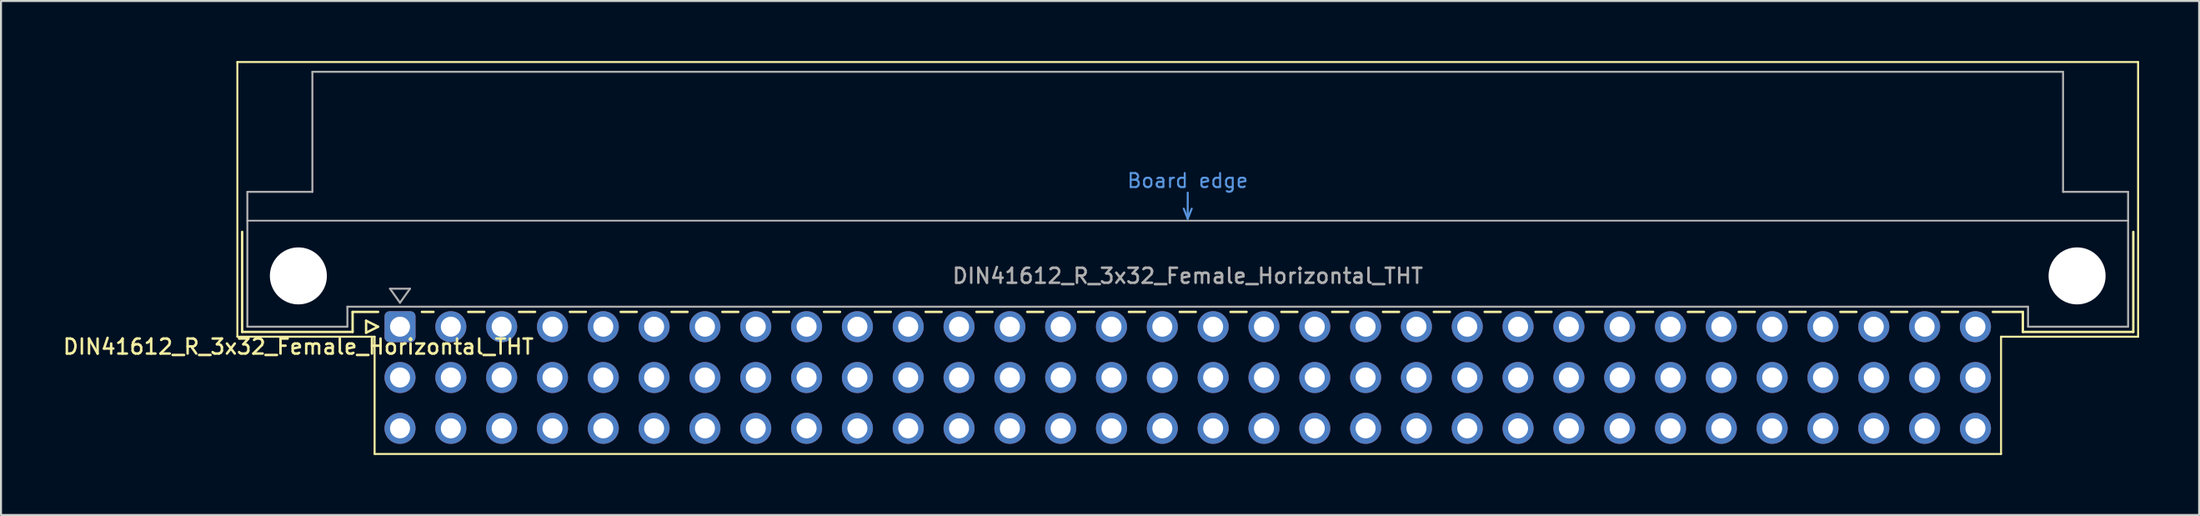
<source format=kicad_pcb>
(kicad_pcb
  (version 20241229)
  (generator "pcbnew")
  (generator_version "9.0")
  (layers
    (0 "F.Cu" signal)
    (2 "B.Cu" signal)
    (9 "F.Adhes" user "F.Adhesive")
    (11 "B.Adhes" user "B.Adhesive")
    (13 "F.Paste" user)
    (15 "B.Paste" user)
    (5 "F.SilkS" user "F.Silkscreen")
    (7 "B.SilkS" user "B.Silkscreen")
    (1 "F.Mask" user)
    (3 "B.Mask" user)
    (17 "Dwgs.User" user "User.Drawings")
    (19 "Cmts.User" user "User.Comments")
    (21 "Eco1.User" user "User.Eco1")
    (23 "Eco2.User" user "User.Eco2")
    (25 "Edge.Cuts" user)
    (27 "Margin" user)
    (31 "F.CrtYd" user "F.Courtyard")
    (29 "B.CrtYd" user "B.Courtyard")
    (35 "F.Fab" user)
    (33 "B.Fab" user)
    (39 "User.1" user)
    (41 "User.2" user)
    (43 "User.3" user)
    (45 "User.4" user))
  (footprint "DIN41612_R_3x32_Female_Horizontal_THT"
    (layer "F.Cu")
    (at 16.943 13.28)
    (property "Reference" "DIN41612_R_3x32_Female_Horizontal_THT" (at -5.08 1 0) (layer "F.SilkS") (effects (font (size 0.75 0.75) (thickness 0.125))))
    (attr through_hole)
    (fp_line (start -8.13 -13.23) (end -8.13 0.5) (stroke (width 0.1) (type solid)) (layer "F.SilkS"))
    (fp_line (start -8.13 0.5) (end -1.27 0.5) (stroke (width 0.1) (type solid)) (layer "F.SilkS"))
    (fp_line (start -7.89 -4.74) (end -7.89 0.26) (stroke (width 0.12) (type solid)) (layer "F.SilkS"))
    (fp_line (start -7.89 0.26) (end -2.37 0.26) (stroke (width 0.12) (type solid)) (layer "F.SilkS"))
    (fp_line (start -2.371 -0.74) (end -1.095 -0.74) (stroke (width 0.12) (type solid)) (layer "F.SilkS"))
    (fp_line (start -2.37 0.26) (end -2.37 -0.74) (stroke (width 0.12) (type solid)) (layer "F.SilkS"))
    (fp_line (start -1.695 -0.3) (end -1.695 0.3) (stroke (width 0.12) (type solid)) (layer "F.SilkS"))
    (fp_line (start -1.695 0.3) (end -1.095 0) (stroke (width 0.12) (type solid)) (layer "F.SilkS"))
    (fp_line (start -1.27 0.5) (end -1.27 6.36) (stroke (width 0.1) (type solid)) (layer "F.SilkS"))
    (fp_line (start -1.27 6.36) (end 80.02 6.36) (stroke (width 0.1) (type solid)) (layer "F.SilkS"))
    (fp_line (start -1.095 0) (end -1.695 -0.3) (stroke (width 0.12) (type solid)) (layer "F.SilkS"))
    (fp_line (start 1.095 -0.74) (end 1.671 -0.74) (stroke (width 0.12) (type solid)) (layer "F.SilkS"))
    (fp_line (start 3.41 -0.74) (end 4.211 -0.74) (stroke (width 0.12) (type solid)) (layer "F.SilkS"))
    (fp_line (start 5.95 -0.74) (end 6.751 -0.74) (stroke (width 0.12) (type solid)) (layer "F.SilkS"))
    (fp_line (start 8.49 -0.74) (end 9.291 -0.74) (stroke (width 0.12) (type solid)) (layer "F.SilkS"))
    (fp_line (start 11.03 -0.74) (end 11.831 -0.74) (stroke (width 0.12) (type solid)) (layer "F.SilkS"))
    (fp_line (start 13.57 -0.74) (end 14.371 -0.74) (stroke (width 0.12) (type solid)) (layer "F.SilkS"))
    (fp_line (start 16.11 -0.74) (end 16.911 -0.74) (stroke (width 0.12) (type solid)) (layer "F.SilkS"))
    (fp_line (start 18.65 -0.74) (end 19.451 -0.74) (stroke (width 0.12) (type solid)) (layer "F.SilkS"))
    (fp_line (start 21.19 -0.74) (end 21.991 -0.74) (stroke (width 0.12) (type solid)) (layer "F.SilkS"))
    (fp_line (start 23.73 -0.74) (end 24.531 -0.74) (stroke (width 0.12) (type solid)) (layer "F.SilkS"))
    (fp_line (start 26.27 -0.74) (end 27.071 -0.74) (stroke (width 0.12) (type solid)) (layer "F.SilkS"))
    (fp_line (start 28.81 -0.74) (end 29.611 -0.74) (stroke (width 0.12) (type solid)) (layer "F.SilkS"))
    (fp_line (start 31.35 -0.74) (end 32.151 -0.74) (stroke (width 0.12) (type solid)) (layer "F.SilkS"))
    (fp_line (start 33.89 -0.74) (end 34.691 -0.74) (stroke (width 0.12) (type solid)) (layer "F.SilkS"))
    (fp_line (start 36.43 -0.74) (end 37.231 -0.74) (stroke (width 0.12) (type solid)) (layer "F.SilkS"))
    (fp_line (start 38.97 -0.74) (end 39.771 -0.74) (stroke (width 0.12) (type solid)) (layer "F.SilkS"))
    (fp_line (start 41.51 -0.74) (end 42.311 -0.74) (stroke (width 0.12) (type solid)) (layer "F.SilkS"))
    (fp_line (start 44.05 -0.74) (end 44.851 -0.74) (stroke (width 0.12) (type solid)) (layer "F.SilkS"))
    (fp_line (start 46.59 -0.74) (end 47.391 -0.74) (stroke (width 0.12) (type solid)) (layer "F.SilkS"))
    (fp_line (start 49.13 -0.74) (end 49.931 -0.74) (stroke (width 0.12) (type solid)) (layer "F.SilkS"))
    (fp_line (start 51.67 -0.74) (end 52.471 -0.74) (stroke (width 0.12) (type solid)) (layer "F.SilkS"))
    (fp_line (start 54.21 -0.74) (end 55.011 -0.74) (stroke (width 0.12) (type solid)) (layer "F.SilkS"))
    (fp_line (start 56.75 -0.74) (end 57.551 -0.74) (stroke (width 0.12) (type solid)) (layer "F.SilkS"))
    (fp_line (start 59.29 -0.74) (end 60.091 -0.74) (stroke (width 0.12) (type solid)) (layer "F.SilkS"))
    (fp_line (start 61.83 -0.74) (end 62.631 -0.74) (stroke (width 0.12) (type solid)) (layer "F.SilkS"))
    (fp_line (start 64.37 -0.74) (end 65.171 -0.74) (stroke (width 0.12) (type solid)) (layer "F.SilkS"))
    (fp_line (start 66.91 -0.74) (end 67.711 -0.74) (stroke (width 0.12) (type solid)) (layer "F.SilkS"))
    (fp_line (start 69.45 -0.74) (end 70.251 -0.74) (stroke (width 0.12) (type solid)) (layer "F.SilkS"))
    (fp_line (start 71.99 -0.74) (end 72.791 -0.74) (stroke (width 0.12) (type solid)) (layer "F.SilkS"))
    (fp_line (start 74.53 -0.74) (end 75.331 -0.74) (stroke (width 0.12) (type solid)) (layer "F.SilkS"))
    (fp_line (start 77.07 -0.74) (end 77.871 -0.74) (stroke (width 0.12) (type solid)) (layer "F.SilkS"))
    (fp_line (start 79.61 -0.74) (end 81.11 -0.74) (stroke (width 0.12) (type solid)) (layer "F.SilkS"))
    (fp_line (start 80.02 0.5) (end 86.87 0.5) (stroke (width 0.1) (type solid)) (layer "F.SilkS"))
    (fp_line (start 80.02 6.36) (end 80.02 0.5) (stroke (width 0.1) (type solid)) (layer "F.SilkS"))
    (fp_line (start 81.11 0.26) (end 81.11 -0.74) (stroke (width 0.12) (type solid)) (layer "F.SilkS"))
    (fp_line (start 86.63 -4.74) (end 86.63 0.26) (stroke (width 0.12) (type solid)) (layer "F.SilkS"))
    (fp_line (start 86.63 0.26) (end 81.11 0.26) (stroke (width 0.12) (type solid)) (layer "F.SilkS"))
    (fp_line (start 86.87 -13.23) (end -8.13 -13.23) (stroke (width 0.1) (type solid)) (layer "F.SilkS"))
    (fp_line (start 86.87 0.5) (end 86.87 -13.23) (stroke (width 0.1) (type solid)) (layer "F.SilkS"))
    (fp_line (start -7.63 -5.3) (end 86.37 -5.3) (stroke (width 0.08) (type solid)) (layer "Dwgs.User"))
    (fp_line (start 39.17 -5.9) (end 39.37 -5.4) (stroke (width 0.1) (type solid)) (layer "Cmts.User"))
    (fp_line (start 39.37 -5.4) (end 39.37 -6.7) (stroke (width 0.1) (type solid)) (layer "Cmts.User"))
    (fp_line (start 39.37 -5.4) (end 39.57 -5.9) (stroke (width 0.1) (type solid)) (layer "Cmts.User"))
    (fp_line (start -7.63 -6.74) (end -7.63 0) (stroke (width 0.1) (type solid)) (layer "F.Fab"))
    (fp_line (start -7.63 0) (end -2.63 0) (stroke (width 0.1) (type solid)) (layer "F.Fab"))
    (fp_line (start -4.38 -12.74) (end -4.38 -6.74) (stroke (width 0.1) (type solid)) (layer "F.Fab"))
    (fp_line (start -4.38 -6.74) (end -7.63 -6.74) (stroke (width 0.1) (type solid)) (layer "F.Fab"))
    (fp_line (start -2.63 -1) (end 81.37 -1) (stroke (width 0.1) (type solid)) (layer "F.Fab"))
    (fp_line (start -2.63 0) (end -2.63 -1) (stroke (width 0.1) (type solid)) (layer "F.Fab"))
    (fp_line (start -0.5 -1.9) (end 0.5 -1.9) (stroke (width 0.1) (type solid)) (layer "F.Fab"))
    (fp_line (start 0 -1.2) (end -0.5 -1.9) (stroke (width 0.1) (type solid)) (layer "F.Fab"))
    (fp_line (start 0.5 -1.9) (end 0 -1.2) (stroke (width 0.1) (type solid)) (layer "F.Fab"))
    (fp_line (start 81.37 -1) (end 81.37 0) (stroke (width 0.1) (type solid)) (layer "F.Fab"))
    (fp_line (start 81.37 0) (end 86.37 0) (stroke (width 0.1) (type solid)) (layer "F.Fab"))
    (fp_line (start 83.12 -12.74) (end -4.38 -12.74) (stroke (width 0.1) (type solid)) (layer "F.Fab"))
    (fp_line (start 83.12 -6.74) (end 83.12 -12.74) (stroke (width 0.1) (type solid)) (layer "F.Fab"))
    (fp_line (start 86.37 -6.74) (end 83.12 -6.74) (stroke (width 0.1) (type solid)) (layer "F.Fab"))
    (fp_line (start 86.37 0) (end 86.37 -6.74) (stroke (width 0.1) (type solid)) (layer "F.Fab"))
    (fp_text user "Board edge" (at 39.37 -7.3 0) (layer "Cmts.User") (effects (font (size 0.7 0.7) (thickness 0.1))))
    (fp_text user "${REFERENCE}" (at 39.37 -2.54 0) (layer "F.Fab") (effects (font (size 0.75 0.75) (thickness 0.125))))
    (pad "" np_thru_hole circle (at -5.08 -2.54) (size 2.85 2.85) (drill 2.85) (layers "*.Cu" "*.Mask"))
    (pad "" np_thru_hole circle (at 83.82 -2.54) (size 2.85 2.85) (drill 2.85) (layers "*.Cu" "*.Mask"))
    (pad "a1" thru_hole roundrect (at 0 0) (size 1.55 1.55) (drill 1) (layers "*.Cu" "*.Mask") (roundrect_rratio 0.161))
    (pad "a2" thru_hole circle (at 2.54 0) (size 1.55 1.55) (drill 1) (layers "*.Cu" "*.Mask"))
    (pad "a3" thru_hole circle (at 5.08 0) (size 1.55 1.55) (drill 1) (layers "*.Cu" "*.Mask"))
    (pad "a4" thru_hole circle (at 7.62 0) (size 1.55 1.55) (drill 1) (layers "*.Cu" "*.Mask"))
    (pad "a5" thru_hole circle (at 10.16 0) (size 1.55 1.55) (drill 1) (layers "*.Cu" "*.Mask"))
    (pad "a6" thru_hole circle (at 12.7 0) (size 1.55 1.55) (drill 1) (layers "*.Cu" "*.Mask"))
    (pad "a7" thru_hole circle (at 15.24 0) (size 1.55 1.55) (drill 1) (layers "*.Cu" "*.Mask"))
    (pad "a8" thru_hole circle (at 17.78 0) (size 1.55 1.55) (drill 1) (layers "*.Cu" "*.Mask"))
    (pad "a9" thru_hole circle (at 20.32 0) (size 1.55 1.55) (drill 1) (layers "*.Cu" "*.Mask"))
    (pad "a10" thru_hole circle (at 22.86 0) (size 1.55 1.55) (drill 1) (layers "*.Cu" "*.Mask"))
    (pad "a11" thru_hole circle (at 25.4 0) (size 1.55 1.55) (drill 1) (layers "*.Cu" "*.Mask"))
    (pad "a12" thru_hole circle (at 27.94 0) (size 1.55 1.55) (drill 1) (layers "*.Cu" "*.Mask"))
    (pad "a13" thru_hole circle (at 30.48 0) (size 1.55 1.55) (drill 1) (layers "*.Cu" "*.Mask"))
    (pad "a14" thru_hole circle (at 33.02 0) (size 1.55 1.55) (drill 1) (layers "*.Cu" "*.Mask"))
    (pad "a15" thru_hole circle (at 35.56 0) (size 1.55 1.55) (drill 1) (layers "*.Cu" "*.Mask"))
    (pad "a16" thru_hole circle (at 38.1 0) (size 1.55 1.55) (drill 1) (layers "*.Cu" "*.Mask"))
    (pad "a17" thru_hole circle (at 40.64 0) (size 1.55 1.55) (drill 1) (layers "*.Cu" "*.Mask"))
    (pad "a18" thru_hole circle (at 43.18 0) (size 1.55 1.55) (drill 1) (layers "*.Cu" "*.Mask"))
    (pad "a19" thru_hole circle (at 45.72 0) (size 1.55 1.55) (drill 1) (layers "*.Cu" "*.Mask"))
    (pad "a20" thru_hole circle (at 48.26 0) (size 1.55 1.55) (drill 1) (layers "*.Cu" "*.Mask"))
    (pad "a21" thru_hole circle (at 50.8 0) (size 1.55 1.55) (drill 1) (layers "*.Cu" "*.Mask"))
    (pad "a22" thru_hole circle (at 53.34 0) (size 1.55 1.55) (drill 1) (layers "*.Cu" "*.Mask"))
    (pad "a23" thru_hole circle (at 55.88 0) (size 1.55 1.55) (drill 1) (layers "*.Cu" "*.Mask"))
    (pad "a24" thru_hole circle (at 58.42 0) (size 1.55 1.55) (drill 1) (layers "*.Cu" "*.Mask"))
    (pad "a25" thru_hole circle (at 60.96 0) (size 1.55 1.55) (drill 1) (layers "*.Cu" "*.Mask"))
    (pad "a26" thru_hole circle (at 63.5 0) (size 1.55 1.55) (drill 1) (layers "*.Cu" "*.Mask"))
    (pad "a27" thru_hole circle (at 66.04 0) (size 1.55 1.55) (drill 1) (layers "*.Cu" "*.Mask"))
    (pad "a28" thru_hole circle (at 68.58 0) (size 1.55 1.55) (drill 1) (layers "*.Cu" "*.Mask"))
    (pad "a29" thru_hole circle (at 71.12 0) (size 1.55 1.55) (drill 1) (layers "*.Cu" "*.Mask"))
    (pad "a30" thru_hole circle (at 73.66 0) (size 1.55 1.55) (drill 1) (layers "*.Cu" "*.Mask"))
    (pad "a31" thru_hole circle (at 76.2 0) (size 1.55 1.55) (drill 1) (layers "*.Cu" "*.Mask"))
    (pad "a32" thru_hole circle (at 78.74 0) (size 1.55 1.55) (drill 1) (layers "*.Cu" "*.Mask"))
    (pad "b1" thru_hole circle (at 0 2.54) (size 1.55 1.55) (drill 1) (layers "*.Cu" "*.Mask"))
    (pad "b2" thru_hole circle (at 2.54 2.54) (size 1.55 1.55) (drill 1) (layers "*.Cu" "*.Mask"))
    (pad "b3" thru_hole circle (at 5.08 2.54) (size 1.55 1.55) (drill 1) (layers "*.Cu" "*.Mask"))
    (pad "b4" thru_hole circle (at 7.62 2.54) (size 1.55 1.55) (drill 1) (layers "*.Cu" "*.Mask"))
    (pad "b5" thru_hole circle (at 10.16 2.54) (size 1.55 1.55) (drill 1) (layers "*.Cu" "*.Mask"))
    (pad "b6" thru_hole circle (at 12.7 2.54) (size 1.55 1.55) (drill 1) (layers "*.Cu" "*.Mask"))
    (pad "b7" thru_hole circle (at 15.24 2.54) (size 1.55 1.55) (drill 1) (layers "*.Cu" "*.Mask"))
    (pad "b8" thru_hole circle (at 17.78 2.54) (size 1.55 1.55) (drill 1) (layers "*.Cu" "*.Mask"))
    (pad "b9" thru_hole circle (at 20.32 2.54) (size 1.55 1.55) (drill 1) (layers "*.Cu" "*.Mask"))
    (pad "b10" thru_hole circle (at 22.86 2.54) (size 1.55 1.55) (drill 1) (layers "*.Cu" "*.Mask"))
    (pad "b11" thru_hole circle (at 25.4 2.54) (size 1.55 1.55) (drill 1) (layers "*.Cu" "*.Mask"))
    (pad "b12" thru_hole circle (at 27.94 2.54) (size 1.55 1.55) (drill 1) (layers "*.Cu" "*.Mask"))
    (pad "b13" thru_hole circle (at 30.48 2.54) (size 1.55 1.55) (drill 1) (layers "*.Cu" "*.Mask"))
    (pad "b14" thru_hole circle (at 33.02 2.54) (size 1.55 1.55) (drill 1) (layers "*.Cu" "*.Mask"))
    (pad "b15" thru_hole circle (at 35.56 2.54) (size 1.55 1.55) (drill 1) (layers "*.Cu" "*.Mask"))
    (pad "b16" thru_hole circle (at 38.1 2.54) (size 1.55 1.55) (drill 1) (layers "*.Cu" "*.Mask"))
    (pad "b17" thru_hole circle (at 40.64 2.54) (size 1.55 1.55) (drill 1) (layers "*.Cu" "*.Mask"))
    (pad "b18" thru_hole circle (at 43.18 2.54) (size 1.55 1.55) (drill 1) (layers "*.Cu" "*.Mask"))
    (pad "b19" thru_hole circle (at 45.72 2.54) (size 1.55 1.55) (drill 1) (layers "*.Cu" "*.Mask"))
    (pad "b20" thru_hole circle (at 48.26 2.54) (size 1.55 1.55) (drill 1) (layers "*.Cu" "*.Mask"))
    (pad "b21" thru_hole circle (at 50.8 2.54) (size 1.55 1.55) (drill 1) (layers "*.Cu" "*.Mask"))
    (pad "b22" thru_hole circle (at 53.34 2.54) (size 1.55 1.55) (drill 1) (layers "*.Cu" "*.Mask"))
    (pad "b23" thru_hole circle (at 55.88 2.54) (size 1.55 1.55) (drill 1) (layers "*.Cu" "*.Mask"))
    (pad "b24" thru_hole circle (at 58.42 2.54) (size 1.55 1.55) (drill 1) (layers "*.Cu" "*.Mask"))
    (pad "b25" thru_hole circle (at 60.96 2.54) (size 1.55 1.55) (drill 1) (layers "*.Cu" "*.Mask"))
    (pad "b26" thru_hole circle (at 63.5 2.54) (size 1.55 1.55) (drill 1) (layers "*.Cu" "*.Mask"))
    (pad "b27" thru_hole circle (at 66.04 2.54) (size 1.55 1.55) (drill 1) (layers "*.Cu" "*.Mask"))
    (pad "b28" thru_hole circle (at 68.58 2.54) (size 1.55 1.55) (drill 1) (layers "*.Cu" "*.Mask"))
    (pad "b29" thru_hole circle (at 71.12 2.54) (size 1.55 1.55) (drill 1) (layers "*.Cu" "*.Mask"))
    (pad "b30" thru_hole circle (at 73.66 2.54) (size 1.55 1.55) (drill 1) (layers "*.Cu" "*.Mask"))
    (pad "b31" thru_hole circle (at 76.2 2.54) (size 1.55 1.55) (drill 1) (layers "*.Cu" "*.Mask"))
    (pad "b32" thru_hole circle (at 78.74 2.54) (size 1.55 1.55) (drill 1) (layers "*.Cu" "*.Mask"))
    (pad "c1" thru_hole circle (at 0 5.08) (size 1.55 1.55) (drill 1) (layers "*.Cu" "*.Mask"))
    (pad "c2" thru_hole circle (at 2.54 5.08) (size 1.55 1.55) (drill 1) (layers "*.Cu" "*.Mask"))
    (pad "c3" thru_hole circle (at 5.08 5.08) (size 1.55 1.55) (drill 1) (layers "*.Cu" "*.Mask"))
    (pad "c4" thru_hole circle (at 7.62 5.08) (size 1.55 1.55) (drill 1) (layers "*.Cu" "*.Mask"))
    (pad "c5" thru_hole circle (at 10.16 5.08) (size 1.55 1.55) (drill 1) (layers "*.Cu" "*.Mask"))
    (pad "c6" thru_hole circle (at 12.7 5.08) (size 1.55 1.55) (drill 1) (layers "*.Cu" "*.Mask"))
    (pad "c7" thru_hole circle (at 15.24 5.08) (size 1.55 1.55) (drill 1) (layers "*.Cu" "*.Mask"))
    (pad "c8" thru_hole circle (at 17.78 5.08) (size 1.55 1.55) (drill 1) (layers "*.Cu" "*.Mask"))
    (pad "c9" thru_hole circle (at 20.32 5.08) (size 1.55 1.55) (drill 1) (layers "*.Cu" "*.Mask"))
    (pad "c10" thru_hole circle (at 22.86 5.08) (size 1.55 1.55) (drill 1) (layers "*.Cu" "*.Mask"))
    (pad "c11" thru_hole circle (at 25.4 5.08) (size 1.55 1.55) (drill 1) (layers "*.Cu" "*.Mask"))
    (pad "c12" thru_hole circle (at 27.94 5.08) (size 1.55 1.55) (drill 1) (layers "*.Cu" "*.Mask"))
    (pad "c13" thru_hole circle (at 30.48 5.08) (size 1.55 1.55) (drill 1) (layers "*.Cu" "*.Mask"))
    (pad "c14" thru_hole circle (at 33.02 5.08) (size 1.55 1.55) (drill 1) (layers "*.Cu" "*.Mask"))
    (pad "c15" thru_hole circle (at 35.56 5.08) (size 1.55 1.55) (drill 1) (layers "*.Cu" "*.Mask"))
    (pad "c16" thru_hole circle (at 38.1 5.08) (size 1.55 1.55) (drill 1) (layers "*.Cu" "*.Mask"))
    (pad "c17" thru_hole circle (at 40.64 5.08) (size 1.55 1.55) (drill 1) (layers "*.Cu" "*.Mask"))
    (pad "c18" thru_hole circle (at 43.18 5.08) (size 1.55 1.55) (drill 1) (layers "*.Cu" "*.Mask"))
    (pad "c19" thru_hole circle (at 45.72 5.08) (size 1.55 1.55) (drill 1) (layers "*.Cu" "*.Mask"))
    (pad "c20" thru_hole circle (at 48.26 5.08) (size 1.55 1.55) (drill 1) (layers "*.Cu" "*.Mask"))
    (pad "c21" thru_hole circle (at 50.8 5.08) (size 1.55 1.55) (drill 1) (layers "*.Cu" "*.Mask"))
    (pad "c22" thru_hole circle (at 53.34 5.08) (size 1.55 1.55) (drill 1) (layers "*.Cu" "*.Mask"))
    (pad "c23" thru_hole circle (at 55.88 5.08) (size 1.55 1.55) (drill 1) (layers "*.Cu" "*.Mask"))
    (pad "c24" thru_hole circle (at 58.42 5.08) (size 1.55 1.55) (drill 1) (layers "*.Cu" "*.Mask"))
    (pad "c25" thru_hole circle (at 60.96 5.08) (size 1.55 1.55) (drill 1) (layers "*.Cu" "*.Mask"))
    (pad "c26" thru_hole circle (at 63.5 5.08) (size 1.55 1.55) (drill 1) (layers "*.Cu" "*.Mask"))
    (pad "c27" thru_hole circle (at 66.04 5.08) (size 1.55 1.55) (drill 1) (layers "*.Cu" "*.Mask"))
    (pad "c28" thru_hole circle (at 68.58 5.08) (size 1.55 1.55) (drill 1) (layers "*.Cu" "*.Mask"))
    (pad "c29" thru_hole circle (at 71.12 5.08) (size 1.55 1.55) (drill 1) (layers "*.Cu" "*.Mask"))
    (pad "c30" thru_hole circle (at 73.66 5.08) (size 1.55 1.55) (drill 1) (layers "*.Cu" "*.Mask"))
    (pad "c31" thru_hole circle (at 76.2 5.08) (size 1.55 1.55) (drill 1) (layers "*.Cu" "*.Mask"))
    (pad "c32" thru_hole circle (at 78.74 5.08) (size 1.55 1.55) (drill 1) (layers "*.Cu" "*.Mask")))
  (gr_rect
    (start -3 -3)
    (end 106.863 22.69)
    (stroke (width 0.1) (type default))
    (fill no)
    (layer "Edge.Cuts")))
</source>
